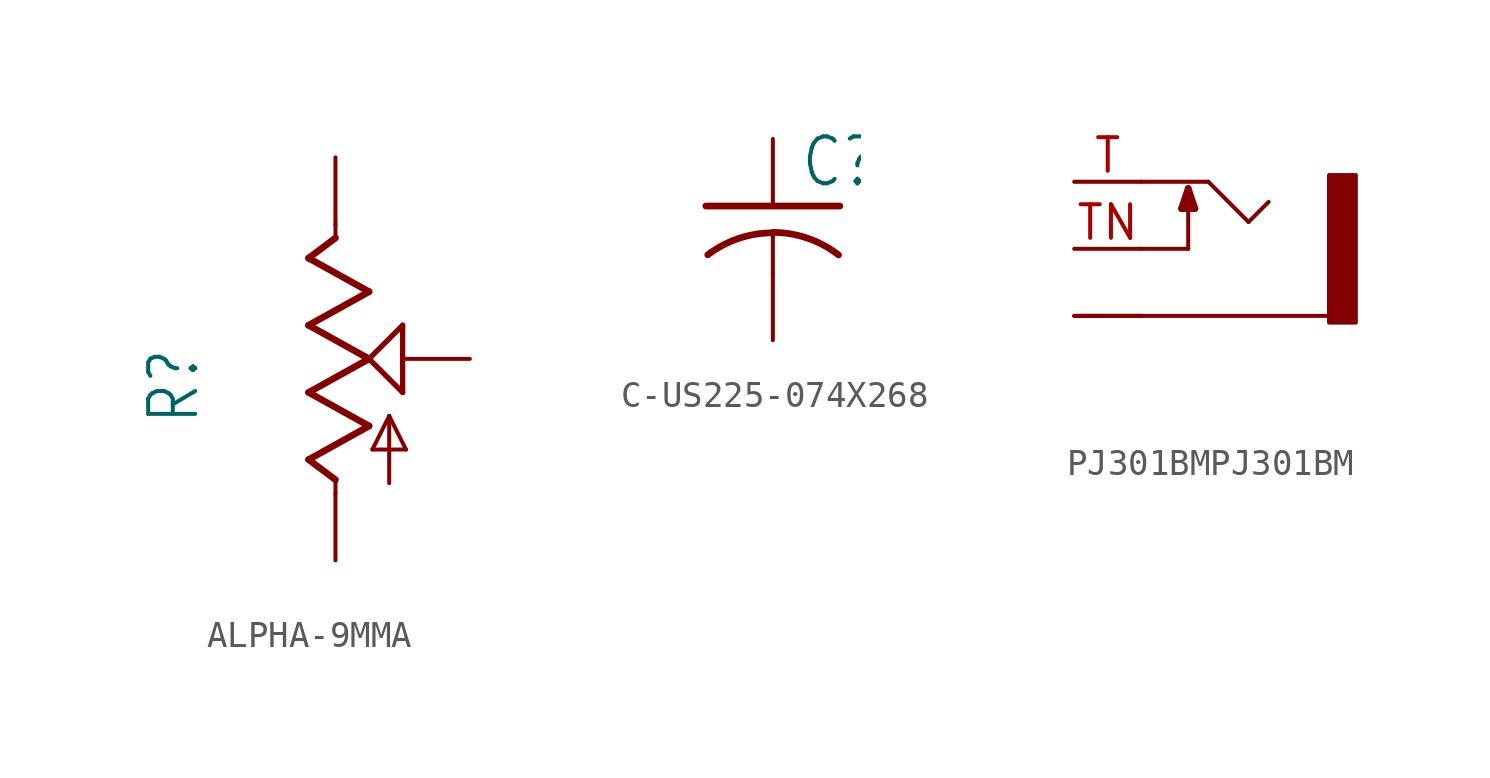
<source format=kicad_sym>
(kicad_symbol_lib
  (version 20231120)
  (generator "kicad_symbol_editor")
  (generator_version "8.0")
  (symbol "ALPHA-9MMA"
    (property "Reference" "R"
      (at -5.08 -2.54 90)
      (effects (font (size 1.778 1.511)) (justify left bottom)))
    (property "Value" ""
      (at -2.54 -2.54 90)
      (effects (font (size 1.778 1.511)) (justify left bottom)))
    (property "ki_locked" ""
      (at 0 0 0)
      (effects (font (size 1.27 1.27))))
    (symbol "ALPHA-9MMA_1_0"
      (polyline (pts (xy -1.016 -3.81) (xy 1.27 -2.54)) (stroke (width 0.254) (type solid)) (fill (type none)))
      (polyline (pts (xy -1.016 -1.27) (xy 1.27 0)) (stroke (width 0.254) (type solid)) (fill (type none)))
      (polyline (pts (xy -1.016 1.27) (xy 1.27 2.54)) (stroke (width 0.254) (type solid)) (fill (type none)))
      (polyline (pts (xy -1.016 3.81) (xy 0 4.572)) (stroke (width 0.254) (type solid)) (fill (type none)))
      (polyline (pts (xy 0 -5.08) (xy 0 -4.572)) (stroke (width 0.152) (type solid)) (fill (type none)))
      (polyline (pts (xy 0 -4.572) (xy -1.016 -3.81)) (stroke (width 0.254) (type solid)) (fill (type none)))
      (polyline (pts (xy 0 4.572) (xy 0 5.08)) (stroke (width 0.152) (type solid)) (fill (type none)))
      (polyline (pts (xy 1.27 -2.54) (xy -1.016 -1.27)) (stroke (width 0.254) (type solid)) (fill (type none)))
      (polyline (pts (xy 1.27 0) (xy -1.016 1.27)) (stroke (width 0.254) (type solid)) (fill (type none)))
      (polyline (pts (xy 1.27 0) (xy 2.54 1.27)) (stroke (width 0.203) (type solid)) (fill (type none)))
      (polyline (pts (xy 1.27 2.54) (xy -1.016 3.81)) (stroke (width 0.254) (type solid)) (fill (type none)))
      (polyline (pts (xy 1.397 -3.429) (xy 2.032 -2.159)) (stroke (width 0.152) (type solid)) (fill (type none)))
      (polyline (pts (xy 2.032 -4.699) (xy 2.032 -2.159)) (stroke (width 0.152) (type solid)) (fill (type none)))
      (polyline (pts (xy 2.032 -2.159) (xy 2.667 -3.429)) (stroke (width 0.152) (type solid)) (fill (type none)))
      (polyline (pts (xy 2.54 -1.27) (xy 1.27 0)) (stroke (width 0.203) (type solid)) (fill (type none)))
      (polyline (pts (xy 2.54 1.27) (xy 2.54 -1.27)) (stroke (width 0.203) (type solid)) (fill (type none)))
      (polyline (pts (xy 2.667 -3.429) (xy 1.397 -3.429)) (stroke (width 0.152) (type solid)) (fill (type none)))
      (pin passive line (at 0 -7.62 90) (length 2.54) (name "A" (effects (font (size 0 0)))) (number "1" (effects (font (size 0 0)))))
      (pin passive line (at 5.08 0 180) (length 2.54) (name "S" (effects (font (size 0 0)))) (number "2" (effects (font (size 0 0)))))
      (pin passive line (at 0 7.62 270) (length 2.54) (name "E" (effects (font (size 0 0)))) (number "3" (effects (font (size 0 0)))))))
  (symbol "C-US225-074X268"
    (property "Reference" "C"
      (at 1.016 0.635 0)
      (effects (font (size 1.778 1.511)) (justify left bottom)))
    (property "Value" ""
      (at 1.016 -4.191 0)
      (effects (font (size 1.778 1.511)) (justify left bottom)))
    (property "ki_locked" ""
      (at 0 0 0)
      (effects (font (size 1.27 1.27))))
    (symbol "C-US225-074X268_1_0"
      (arc (start 0 -1.0161) (mid -1.302 -1.2303) (end -2.4668 -1.8504) (stroke (width 0.254) (type solid)) (fill (type none)))
      (polyline (pts (xy -2.54 0) (xy 2.54 0)) (stroke (width 0.254) (type solid)) (fill (type none)))
      (polyline (pts (xy 0 -1.016) (xy 0 -2.54)) (stroke (width 0.152) (type solid)) (fill (type none)))
      (arc (start 2.4892 -1.8541) (mid 1.3158 -1.2194) (end 0 -1) (stroke (width 0.254) (type solid)) (fill (type none)))
      (pin passive line (at 0 2.54 270) (length 2.54) (name "1" (effects (font (size 0 0)))) (number "1" (effects (font (size 0 0)))))
      (pin passive line (at 0 -5.08 90) (length 2.54) (name "2" (effects (font (size 0 0)))) (number "2" (effects (font (size 0 0)))))))
  (symbol "PJ301BMPJ301BM"
    (property "Reference" ""
      (at -2.54 4.064 0)
      (effects (font (size 1.778 1.511)) (justify left bottom) (hide yes)))
    (property "Value" ""
      (at -2.54 -6.096 0)
      (effects (font (size 1.778 1.511)) (justify left bottom)))
    (property "ki_locked" ""
      (at 0 0 0)
      (effects (font (size 1.27 1.27))))
    (symbol "PJ301BMPJ301BM_1_0"
      (polyline (pts (xy -2.54 -2.54) (xy 4.572 -2.54)) (stroke (width 0.152) (type solid)) (fill (type none)))
      (polyline (pts (xy -2.54 0) (xy -0.762 0)) (stroke (width 0.152) (type solid)) (fill (type none)))
      (polyline (pts (xy -2.54 2.54) (xy 0 2.54)) (stroke (width 0.152) (type solid)) (fill (type none)))
      (polyline (pts (xy -1.016 1.524) (xy -0.508 1.524)) (stroke (width 0.254) (type solid)) (fill (type none)))
      (polyline (pts (xy -0.762 0) (xy -0.762 2.286)) (stroke (width 0.152) (type solid)) (fill (type none)))
      (polyline (pts (xy -0.762 2.286) (xy -1.016 1.524)) (stroke (width 0.254) (type solid)) (fill (type none)))
      (polyline (pts (xy -0.508 1.524) (xy -0.762 2.286)) (stroke (width 0.254) (type solid)) (fill (type none)))
      (polyline (pts (xy 0 2.54) (xy 1.524 1.016)) (stroke (width 0.152) (type solid)) (fill (type none)))
      (polyline (pts (xy 1.524 1.016) (xy 2.286 1.778)) (stroke (width 0.152) (type solid)) (fill (type none)))
      (rectangle (start 4.572 2.794) (end 5.588 -2.794) (stroke (width 0) (type default)) (fill (type outline)))
      (pin passive line (at -5.08 -2.54 0) (length 2.54) (name "5" (effects (font (size 0 0)))) (number "GND2" (effects (font (size 0 0)))))
      (pin passive line (at -5.08 -2.54 0) (length 2.54) (name "S" (effects (font (size 0 0)))) (number "S" (effects (font (size 0 0)))))
      (pin passive line (at -5.08 2.54 0) (length 2.54) (name "T" (effects (font (size 0 0)))) (number "T" (effects (font (size 1.27 1.27)))))
      (pin passive line (at -5.08 0 0) (length 2.54) (name "TN" (effects (font (size 0 0)))) (number "TN" (effects (font (size 1.27 1.27))))))))
</source>
